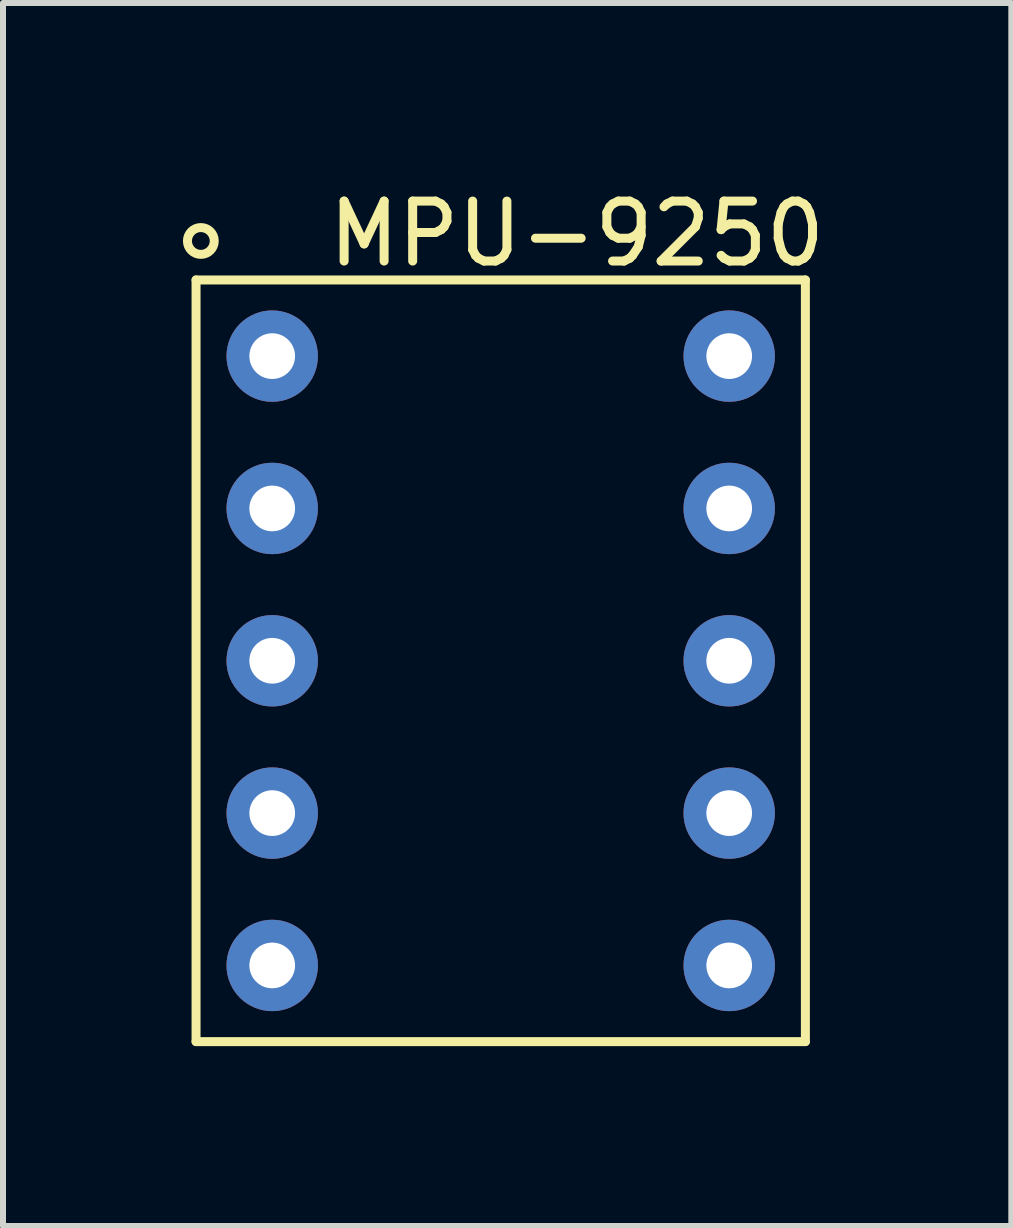
<source format=kicad_pcb>
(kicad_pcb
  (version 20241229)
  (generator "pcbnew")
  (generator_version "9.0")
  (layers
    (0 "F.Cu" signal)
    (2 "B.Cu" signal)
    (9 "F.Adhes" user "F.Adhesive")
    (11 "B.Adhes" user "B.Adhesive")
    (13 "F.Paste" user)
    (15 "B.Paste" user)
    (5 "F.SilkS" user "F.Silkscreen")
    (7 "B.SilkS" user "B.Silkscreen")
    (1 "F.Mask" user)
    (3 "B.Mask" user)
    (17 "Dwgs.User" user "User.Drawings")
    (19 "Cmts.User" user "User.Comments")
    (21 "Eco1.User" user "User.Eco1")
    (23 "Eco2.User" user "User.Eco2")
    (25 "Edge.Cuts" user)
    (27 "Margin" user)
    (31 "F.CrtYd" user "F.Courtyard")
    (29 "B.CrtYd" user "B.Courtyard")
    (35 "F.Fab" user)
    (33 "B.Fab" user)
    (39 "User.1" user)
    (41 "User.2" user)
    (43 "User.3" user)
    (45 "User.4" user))
  (footprint "MPU-9250"
    (layer "F.Cu")
    (at 5.299 7.968)
    (property "Reference" "MPU-9250" (at 1.27 -7.12 0) (layer "F.SilkS") (effects (font (size 1 1) (thickness 0.15))))
    (attr through_hole)
    (fp_line (start -5.08 -6.35) (end -5.08 6.35) (stroke (width 0.15) (type solid)) (layer "F.SilkS"))
    (fp_line (start -5.08 6.35) (end 5.08 6.35) (stroke (width 0.15) (type solid)) (layer "F.SilkS"))
    (fp_line (start 5.08 -6.35) (end -5.08 -6.35) (stroke (width 0.15) (type solid)) (layer "F.SilkS"))
    (fp_line (start 5.08 6.35) (end 5.08 -6.35) (stroke (width 0.15) (type solid)) (layer "F.SilkS"))
    (fp_circle (center -5 -7) (end -4.9 -6.8) (stroke (width 0.15) (type solid)) (fill no) (layer "F.SilkS"))
    (pad "1" thru_hole circle (at -3.81 -5.08) (size 1.524 1.524) (drill 0.762) (layers "*.Cu" "*.Mask"))
    (pad "2" thru_hole circle (at -3.81 -2.54) (size 1.524 1.524) (drill 0.762) (layers "*.Cu" "*.Mask"))
    (pad "3" thru_hole circle (at -3.81 0) (size 1.524 1.524) (drill 0.762) (layers "*.Cu" "*.Mask"))
    (pad "4" thru_hole circle (at -3.81 2.54) (size 1.524 1.524) (drill 0.762) (layers "*.Cu" "*.Mask"))
    (pad "5" thru_hole circle (at -3.81 5.08) (size 1.524 1.524) (drill 0.762) (layers "*.Cu" "*.Mask"))
    (pad "6" thru_hole circle (at 3.81 5.08) (size 1.524 1.524) (drill 0.762) (layers "*.Cu" "*.Mask"))
    (pad "7" thru_hole circle (at 3.81 2.54) (size 1.524 1.524) (drill 0.762) (layers "*.Cu" "*.Mask"))
    (pad "8" thru_hole circle (at 3.81 0) (size 1.524 1.524) (drill 0.762) (layers "*.Cu" "*.Mask"))
    (pad "9" thru_hole circle (at 3.81 -2.54) (size 1.524 1.524) (drill 0.762) (layers "*.Cu" "*.Mask"))
    (pad "10" thru_hole circle (at 3.81 -5.08) (size 1.524 1.524) (drill 0.762) (layers "*.Cu" "*.Mask")))
  (gr_rect
    (start -3 -3)
    (end 13.813 17.393)
    (stroke (width 0.1) (type default))
    (fill no)
    (layer "Edge.Cuts")))
</source>
